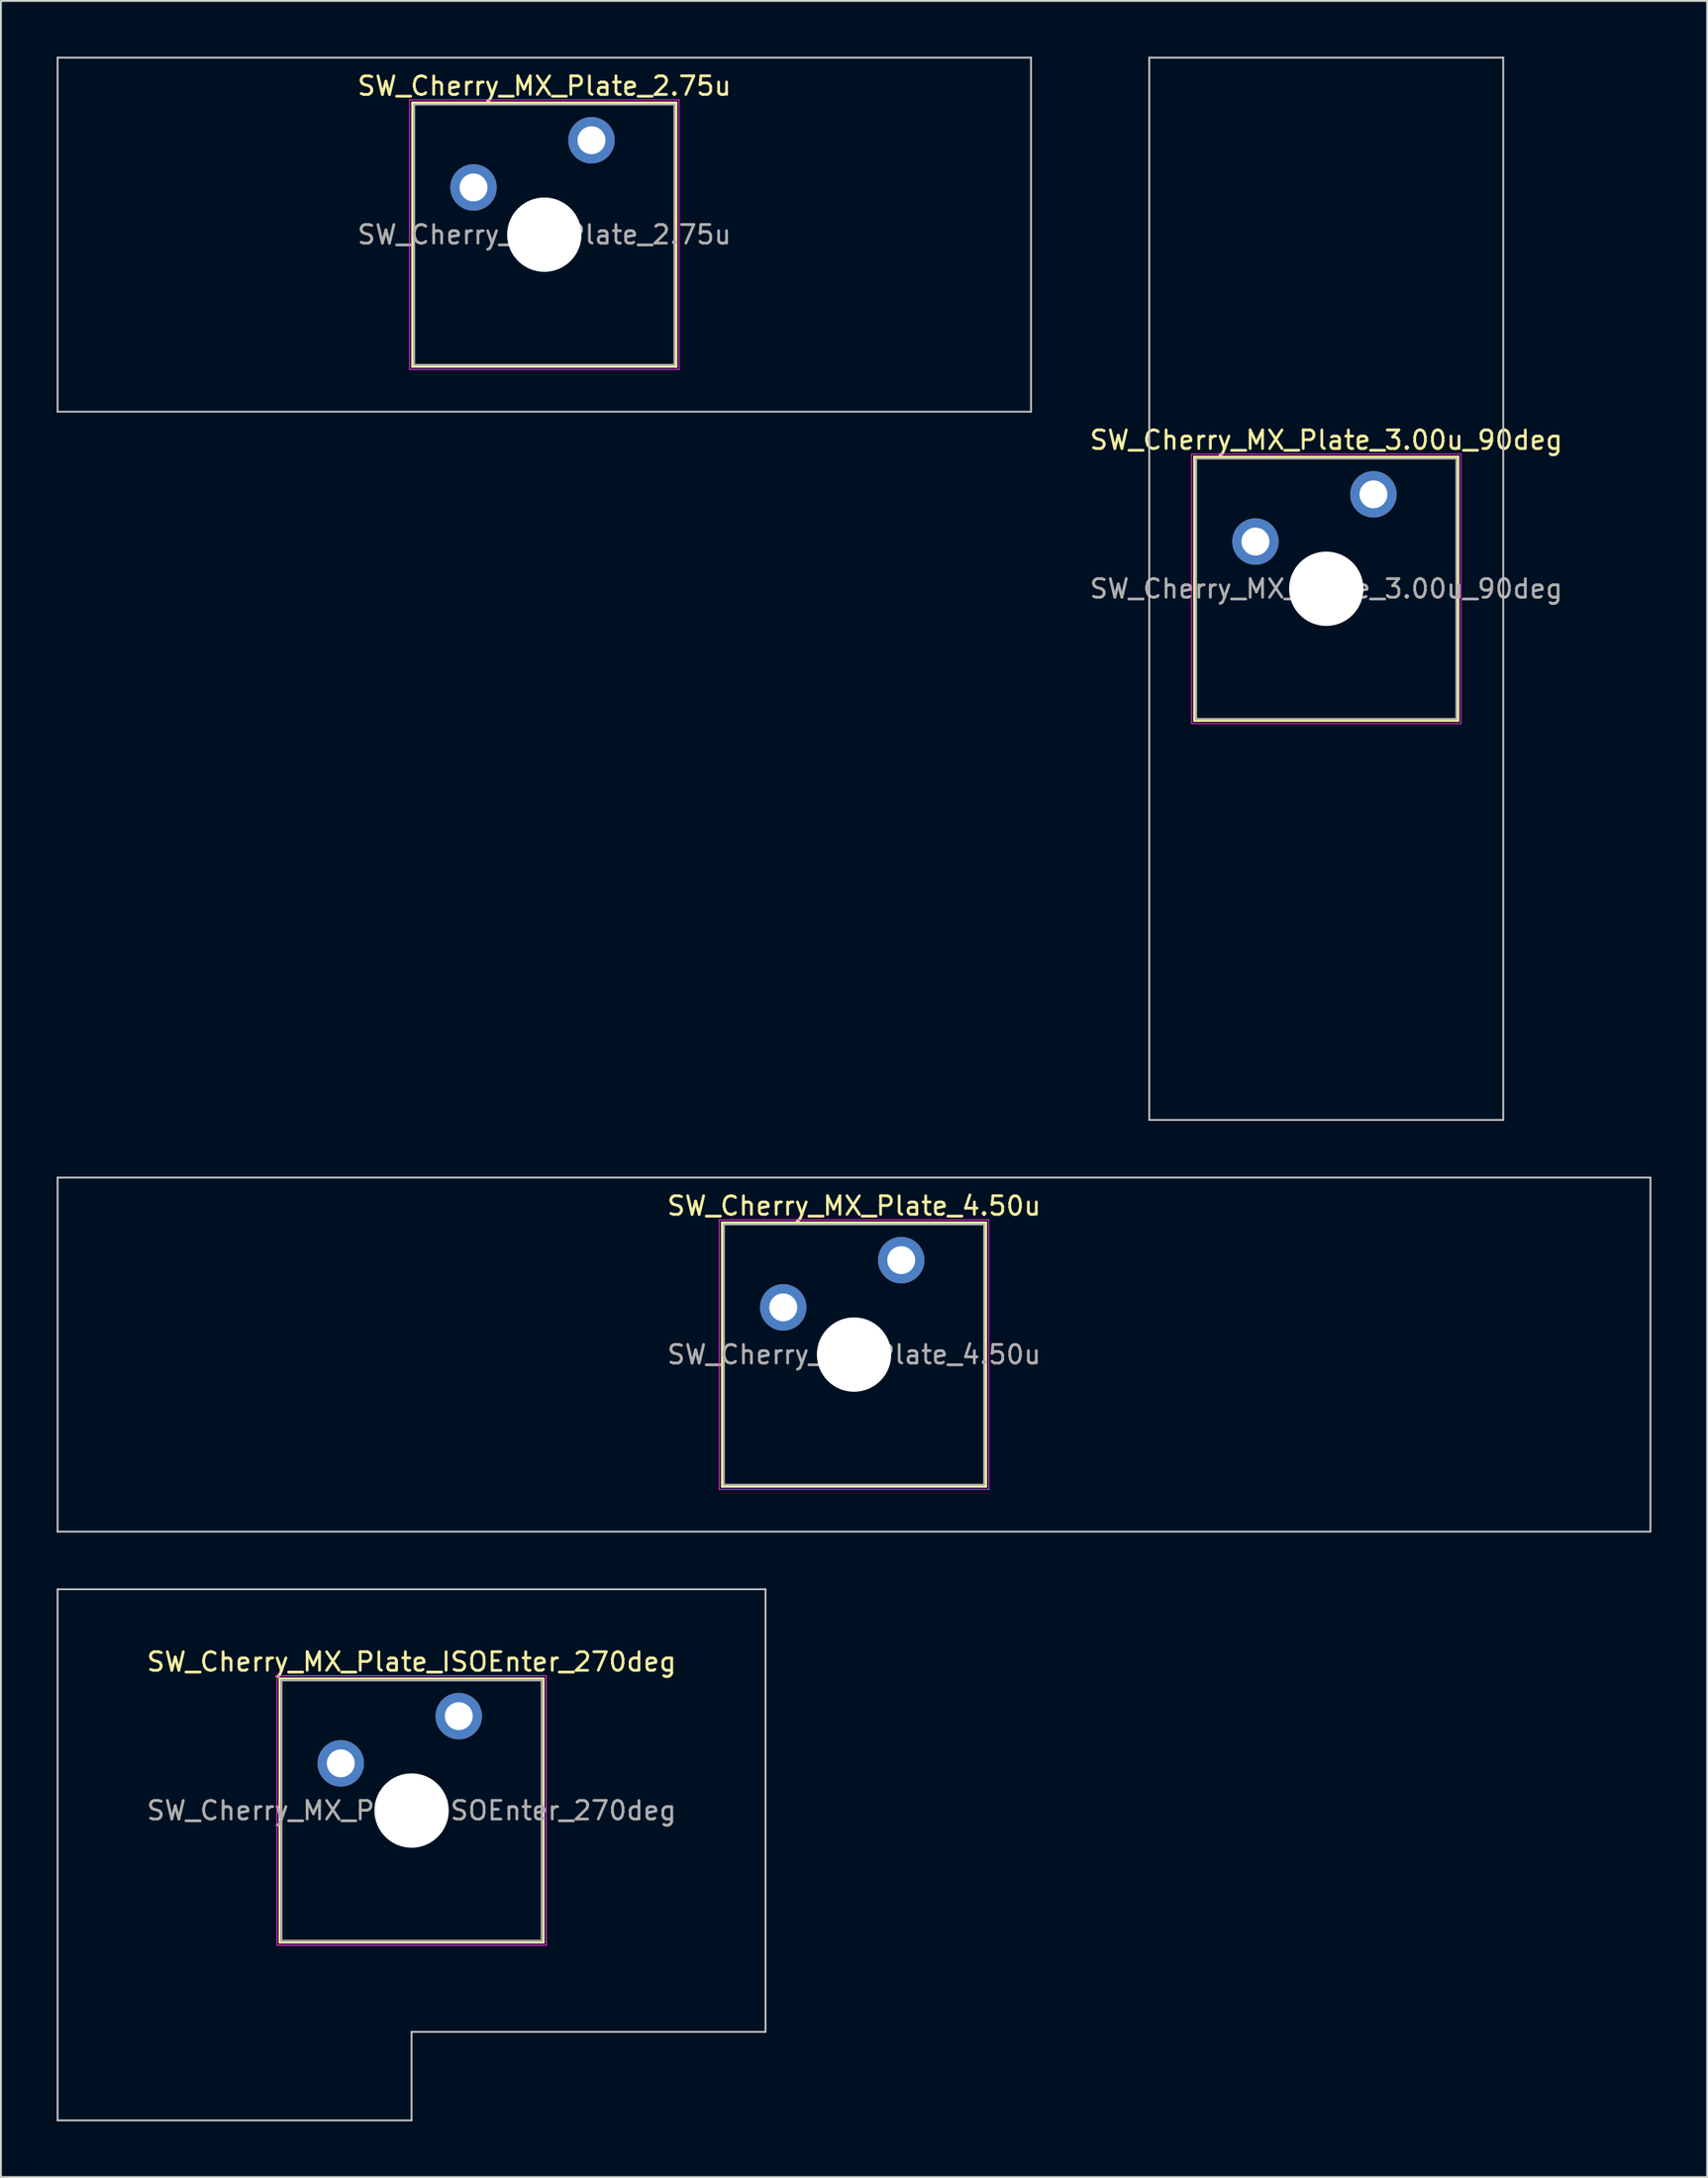
<source format=kicad_pcb>
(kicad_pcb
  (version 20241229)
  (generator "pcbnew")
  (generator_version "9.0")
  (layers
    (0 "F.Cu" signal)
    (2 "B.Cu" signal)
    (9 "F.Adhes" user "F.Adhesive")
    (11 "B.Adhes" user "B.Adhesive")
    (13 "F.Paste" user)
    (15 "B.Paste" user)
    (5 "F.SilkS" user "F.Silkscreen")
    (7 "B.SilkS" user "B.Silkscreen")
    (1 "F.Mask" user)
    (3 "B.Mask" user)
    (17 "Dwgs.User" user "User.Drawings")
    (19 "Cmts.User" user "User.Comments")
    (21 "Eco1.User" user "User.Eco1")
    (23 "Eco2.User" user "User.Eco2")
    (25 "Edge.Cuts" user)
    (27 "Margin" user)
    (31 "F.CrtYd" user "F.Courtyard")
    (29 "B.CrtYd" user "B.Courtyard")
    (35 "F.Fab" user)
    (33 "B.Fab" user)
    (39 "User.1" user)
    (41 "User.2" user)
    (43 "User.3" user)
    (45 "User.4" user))
  (footprint "SW_Cherry_MX_Plate_2.75u"
    (layer "F.Cu")
    (at 26.244 9.575)
    (property "Reference" "SW_Cherry_MX_Plate_2.75u" (at 0 -8 0) (layer "F.SilkS") (effects (font (size 1 1) (thickness 0.15))))
    (attr through_hole)
    (fp_line (start -7.1 -7.1) (end -7.1 7.1) (stroke (width 0.12) (type solid)) (layer "F.SilkS"))
    (fp_line (start -7.1 7.1) (end 7.1 7.1) (stroke (width 0.12) (type solid)) (layer "F.SilkS"))
    (fp_line (start 7.1 -7.1) (end -7.1 -7.1) (stroke (width 0.12) (type solid)) (layer "F.SilkS"))
    (fp_line (start 7.1 7.1) (end 7.1 -7.1) (stroke (width 0.12) (type solid)) (layer "F.SilkS"))
    (fp_line (start -26.194 -9.525) (end -26.194 9.525) (stroke (width 0.1) (type solid)) (layer "Dwgs.User"))
    (fp_line (start -26.194 9.525) (end 26.194 9.525) (stroke (width 0.1) (type solid)) (layer "Dwgs.User"))
    (fp_line (start 26.194 -9.525) (end -26.194 -9.525) (stroke (width 0.1) (type solid)) (layer "Dwgs.User"))
    (fp_line (start 26.194 9.525) (end 26.194 -9.525) (stroke (width 0.1) (type solid)) (layer "Dwgs.User"))
    (fp_line (start -7 -7) (end -7 7) (stroke (width 0.1) (type solid)) (layer "Eco1.User"))
    (fp_line (start -7 7) (end 7 7) (stroke (width 0.1) (type solid)) (layer "Eco1.User"))
    (fp_line (start 7 -7) (end -7 -7) (stroke (width 0.1) (type solid)) (layer "Eco1.User"))
    (fp_line (start 7 7) (end 7 -7) (stroke (width 0.1) (type solid)) (layer "Eco1.User"))
    (fp_line (start -7.25 -7.25) (end -7.25 7.25) (stroke (width 0.05) (type solid)) (layer "F.CrtYd"))
    (fp_line (start -7.25 7.25) (end 7.25 7.25) (stroke (width 0.05) (type solid)) (layer "F.CrtYd"))
    (fp_line (start 7.25 -7.25) (end -7.25 -7.25) (stroke (width 0.05) (type solid)) (layer "F.CrtYd"))
    (fp_line (start 7.25 7.25) (end 7.25 -7.25) (stroke (width 0.05) (type solid)) (layer "F.CrtYd"))
    (fp_line (start -7 -7) (end -7 7) (stroke (width 0.1) (type solid)) (layer "F.Fab"))
    (fp_line (start -7 7) (end 7 7) (stroke (width 0.1) (type solid)) (layer "F.Fab"))
    (fp_line (start 7 -7) (end -7 -7) (stroke (width 0.1) (type solid)) (layer "F.Fab"))
    (fp_line (start 7 7) (end 7 -7) (stroke (width 0.1) (type solid)) (layer "F.Fab"))
    (fp_text user "${REFERENCE}" (at 0 0 0) (layer "F.Fab") (effects (font (size 1 1) (thickness 0.15))))
    (pad "" np_thru_hole circle (at 0 0) (size 4 4) (drill 4) (layers "*.Cu" "*.Mask"))
    (pad "1" thru_hole circle (at -3.81 -2.54) (size 2.5 2.5) (drill 1.5) (layers "*.Cu" "*.Mask"))
    (pad "2" thru_hole circle (at 2.54 -5.08) (size 2.5 2.5) (drill 1.5) (layers "*.Cu" "*.Mask")))
  (footprint "SW_Cherry_MX_Plate_ISOEnter_270deg"
    (layer "F.Cu")
    (at 19.1 94.356)
    (property "Reference" "SW_Cherry_MX_Plate_ISOEnter_270deg" (at 0 -8 0) (layer "F.SilkS") (effects (font (size 1 1) (thickness 0.15))))
    (attr through_hole)
    (fp_line (start -7.1 -7.1) (end -7.1 7.1) (stroke (width 0.12) (type solid)) (layer "F.SilkS"))
    (fp_line (start -7.1 7.1) (end 7.1 7.1) (stroke (width 0.12) (type solid)) (layer "F.SilkS"))
    (fp_line (start 7.1 -7.1) (end -7.1 -7.1) (stroke (width 0.12) (type solid)) (layer "F.SilkS"))
    (fp_line (start 7.1 7.1) (end 7.1 -7.1) (stroke (width 0.12) (type solid)) (layer "F.SilkS"))
    (fp_line (start -19.05 -11.906) (end -19.05 16.669) (stroke (width 0.1) (type solid)) (layer "Dwgs.User"))
    (fp_line (start -19.05 16.669) (end 0 16.669) (stroke (width 0.1) (type solid)) (layer "Dwgs.User"))
    (fp_line (start 0 11.906) (end 19.05 11.906) (stroke (width 0.1) (type solid)) (layer "Dwgs.User"))
    (fp_line (start 0 16.669) (end 0 11.906) (stroke (width 0.1) (type solid)) (layer "Dwgs.User"))
    (fp_line (start 19.05 -11.906) (end -19.05 -11.906) (stroke (width 0.1) (type solid)) (layer "Dwgs.User"))
    (fp_line (start 19.05 11.906) (end 19.05 -11.906) (stroke (width 0.1) (type solid)) (layer "Dwgs.User"))
    (fp_line (start -7 -7) (end -7 7) (stroke (width 0.1) (type solid)) (layer "Eco1.User"))
    (fp_line (start -7 7) (end 7 7) (stroke (width 0.1) (type solid)) (layer "Eco1.User"))
    (fp_line (start 7 -7) (end -7 -7) (stroke (width 0.1) (type solid)) (layer "Eco1.User"))
    (fp_line (start 7 7) (end 7 -7) (stroke (width 0.1) (type solid)) (layer "Eco1.User"))
    (fp_line (start -7.25 -7.25) (end -7.25 7.25) (stroke (width 0.05) (type solid)) (layer "F.CrtYd"))
    (fp_line (start -7.25 7.25) (end 7.25 7.25) (stroke (width 0.05) (type solid)) (layer "F.CrtYd"))
    (fp_line (start 7.25 -7.25) (end -7.25 -7.25) (stroke (width 0.05) (type solid)) (layer "F.CrtYd"))
    (fp_line (start 7.25 7.25) (end 7.25 -7.25) (stroke (width 0.05) (type solid)) (layer "F.CrtYd"))
    (fp_line (start -7 -7) (end -7 7) (stroke (width 0.1) (type solid)) (layer "F.Fab"))
    (fp_line (start -7 7) (end 7 7) (stroke (width 0.1) (type solid)) (layer "F.Fab"))
    (fp_line (start 7 -7) (end -7 -7) (stroke (width 0.1) (type solid)) (layer "F.Fab"))
    (fp_line (start 7 7) (end 7 -7) (stroke (width 0.1) (type solid)) (layer "F.Fab"))
    (fp_text user "${REFERENCE}" (at 0 0 0) (layer "F.Fab") (effects (font (size 1 1) (thickness 0.15))))
    (pad "" np_thru_hole circle (at 0 0) (size 4 4) (drill 4) (layers "*.Cu" "*.Mask"))
    (pad "1" thru_hole circle (at -3.81 -2.54) (size 2.5 2.5) (drill 1.5) (layers "*.Cu" "*.Mask"))
    (pad "2" thru_hole circle (at 2.54 -5.08) (size 2.5 2.5) (drill 1.5) (layers "*.Cu" "*.Mask")))
  (footprint "SW_Cherry_MX_Plate_3.00u_90deg"
    (layer "F.Cu")
    (at 68.327 28.625)
    (property "Reference" "SW_Cherry_MX_Plate_3.00u_90deg" (at 0 -8 0) (layer "F.SilkS") (effects (font (size 1 1) (thickness 0.15))))
    (attr through_hole)
    (fp_line (start -7.1 -7.1) (end -7.1 7.1) (stroke (width 0.12) (type solid)) (layer "F.SilkS"))
    (fp_line (start -7.1 7.1) (end 7.1 7.1) (stroke (width 0.12) (type solid)) (layer "F.SilkS"))
    (fp_line (start 7.1 -7.1) (end -7.1 -7.1) (stroke (width 0.12) (type solid)) (layer "F.SilkS"))
    (fp_line (start 7.1 7.1) (end 7.1 -7.1) (stroke (width 0.12) (type solid)) (layer "F.SilkS"))
    (fp_line (start -9.525 -28.575) (end 9.525 -28.575) (stroke (width 0.1) (type solid)) (layer "Dwgs.User"))
    (fp_line (start -9.525 28.575) (end -9.525 -28.575) (stroke (width 0.1) (type solid)) (layer "Dwgs.User"))
    (fp_line (start 9.525 -28.575) (end 9.525 28.575) (stroke (width 0.1) (type solid)) (layer "Dwgs.User"))
    (fp_line (start 9.525 28.575) (end -9.525 28.575) (stroke (width 0.1) (type solid)) (layer "Dwgs.User"))
    (fp_line (start -7 -7) (end -7 7) (stroke (width 0.1) (type solid)) (layer "Eco1.User"))
    (fp_line (start -7 7) (end 7 7) (stroke (width 0.1) (type solid)) (layer "Eco1.User"))
    (fp_line (start 7 -7) (end -7 -7) (stroke (width 0.1) (type solid)) (layer "Eco1.User"))
    (fp_line (start 7 7) (end 7 -7) (stroke (width 0.1) (type solid)) (layer "Eco1.User"))
    (fp_line (start -7.25 -7.25) (end -7.25 7.25) (stroke (width 0.05) (type solid)) (layer "F.CrtYd"))
    (fp_line (start -7.25 7.25) (end 7.25 7.25) (stroke (width 0.05) (type solid)) (layer "F.CrtYd"))
    (fp_line (start 7.25 -7.25) (end -7.25 -7.25) (stroke (width 0.05) (type solid)) (layer "F.CrtYd"))
    (fp_line (start 7.25 7.25) (end 7.25 -7.25) (stroke (width 0.05) (type solid)) (layer "F.CrtYd"))
    (fp_line (start -7 -7) (end -7 7) (stroke (width 0.1) (type solid)) (layer "F.Fab"))
    (fp_line (start -7 7) (end 7 7) (stroke (width 0.1) (type solid)) (layer "F.Fab"))
    (fp_line (start 7 -7) (end -7 -7) (stroke (width 0.1) (type solid)) (layer "F.Fab"))
    (fp_line (start 7 7) (end 7 -7) (stroke (width 0.1) (type solid)) (layer "F.Fab"))
    (fp_text user "${REFERENCE}" (at 0 0 0) (layer "F.Fab") (effects (font (size 1 1) (thickness 0.15))))
    (pad "" np_thru_hole circle (at 0 0) (size 4 4) (drill 4) (layers "*.Cu" "*.Mask"))
    (pad "1" thru_hole circle (at -3.81 -2.54) (size 2.5 2.5) (drill 1.5) (layers "*.Cu" "*.Mask"))
    (pad "2" thru_hole circle (at 2.54 -5.08) (size 2.5 2.5) (drill 1.5) (layers "*.Cu" "*.Mask")))
  (footprint "SW_Cherry_MX_Plate_4.50u"
    (layer "F.Cu")
    (at 42.913 69.825)
    (property "Reference" "SW_Cherry_MX_Plate_4.50u" (at 0 -8 0) (layer "F.SilkS") (effects (font (size 1 1) (thickness 0.15))))
    (attr through_hole)
    (fp_line (start -7.1 -7.1) (end -7.1 7.1) (stroke (width 0.12) (type solid)) (layer "F.SilkS"))
    (fp_line (start -7.1 7.1) (end 7.1 7.1) (stroke (width 0.12) (type solid)) (layer "F.SilkS"))
    (fp_line (start 7.1 -7.1) (end -7.1 -7.1) (stroke (width 0.12) (type solid)) (layer "F.SilkS"))
    (fp_line (start 7.1 7.1) (end 7.1 -7.1) (stroke (width 0.12) (type solid)) (layer "F.SilkS"))
    (fp_line (start -42.862 -9.525) (end -42.862 9.525) (stroke (width 0.1) (type solid)) (layer "Dwgs.User"))
    (fp_line (start -42.862 9.525) (end 42.862 9.525) (stroke (width 0.1) (type solid)) (layer "Dwgs.User"))
    (fp_line (start 42.862 -9.525) (end -42.862 -9.525) (stroke (width 0.1) (type solid)) (layer "Dwgs.User"))
    (fp_line (start 42.862 9.525) (end 42.862 -9.525) (stroke (width 0.1) (type solid)) (layer "Dwgs.User"))
    (fp_line (start -7 -7) (end -7 7) (stroke (width 0.1) (type solid)) (layer "Eco1.User"))
    (fp_line (start -7 7) (end 7 7) (stroke (width 0.1) (type solid)) (layer "Eco1.User"))
    (fp_line (start 7 -7) (end -7 -7) (stroke (width 0.1) (type solid)) (layer "Eco1.User"))
    (fp_line (start 7 7) (end 7 -7) (stroke (width 0.1) (type solid)) (layer "Eco1.User"))
    (fp_line (start -7.25 -7.25) (end -7.25 7.25) (stroke (width 0.05) (type solid)) (layer "F.CrtYd"))
    (fp_line (start -7.25 7.25) (end 7.25 7.25) (stroke (width 0.05) (type solid)) (layer "F.CrtYd"))
    (fp_line (start 7.25 -7.25) (end -7.25 -7.25) (stroke (width 0.05) (type solid)) (layer "F.CrtYd"))
    (fp_line (start 7.25 7.25) (end 7.25 -7.25) (stroke (width 0.05) (type solid)) (layer "F.CrtYd"))
    (fp_line (start -7 -7) (end -7 7) (stroke (width 0.1) (type solid)) (layer "F.Fab"))
    (fp_line (start -7 7) (end 7 7) (stroke (width 0.1) (type solid)) (layer "F.Fab"))
    (fp_line (start 7 -7) (end -7 -7) (stroke (width 0.1) (type solid)) (layer "F.Fab"))
    (fp_line (start 7 7) (end 7 -7) (stroke (width 0.1) (type solid)) (layer "F.Fab"))
    (fp_text user "${REFERENCE}" (at 0 0 0) (layer "F.Fab") (effects (font (size 1 1) (thickness 0.15))))
    (pad "" np_thru_hole circle (at 0 0) (size 4 4) (drill 4) (layers "*.Cu" "*.Mask"))
    (pad "1" thru_hole circle (at -3.81 -2.54) (size 2.5 2.5) (drill 1.5) (layers "*.Cu" "*.Mask"))
    (pad "2" thru_hole circle (at 2.54 -5.08) (size 2.5 2.5) (drill 1.5) (layers "*.Cu" "*.Mask")))
  (gr_rect
    (start -3 -3)
    (end 88.825 114.075)
    (stroke (width 0.1) (type default))
    (fill no)
    (layer "Edge.Cuts")))
</source>
